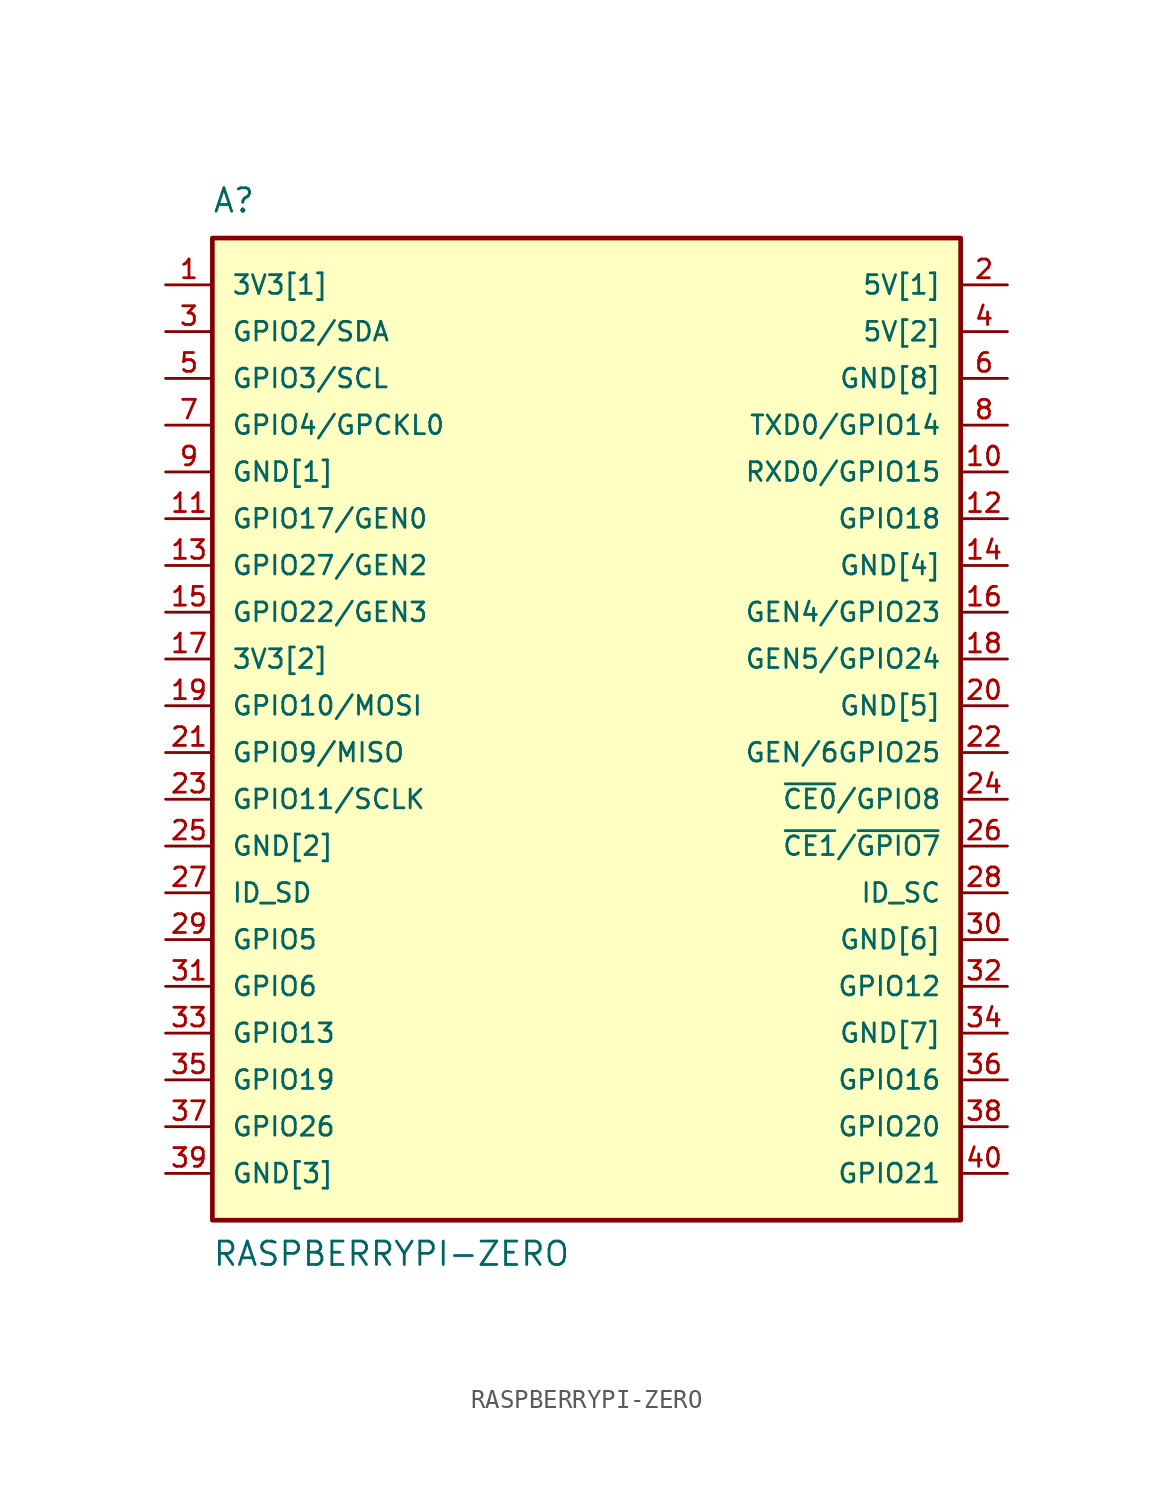
<source format=kicad_sym>
(kicad_symbol_lib
  (version 20211014)
  (generator kicad_symbol_editor)
  (symbol "RASPBERRYPI-ZERO"
    (pin_names
      (offset 1.016))
    (property "Reference" "A"
      (at -20.34 26.696 0)
      (effects (font (size 1.27 1.27)) (justify bottom left)))
    (property "Value" "RASPBERRYPI-ZERO"
      (at -20.339 -30.509 0)
      (effects (font (size 1.27 1.27)) (justify bottom left)))
    (symbol "RASPBERRYPI-ZERO_0_0"
      (rectangle (start -20.32 -27.94) (end 20.32 25.4) (stroke (width 0.254)) (fill (type background)))
      (pin power_in line (at 22.86 22.86 180.0) (length 2.54) (name "5V[1]" (effects (font (size 1.016 1.016)))) (number "2" (effects (font (size 1.016 1.016)))))
      (pin power_in line (at -22.86 22.86 0) (length 2.54) (name "3V3[1]" (effects (font (size 1.016 1.016)))) (number "1" (effects (font (size 1.016 1.016)))))
      (pin bidirectional line (at -22.86 20.32 0) (length 2.54) (name "GPIO2/SDA" (effects (font (size 1.016 1.016)))) (number "3" (effects (font (size 1.016 1.016)))))
      (pin power_in line (at 22.86 20.32 180.0) (length 2.54) (name "5V[2]" (effects (font (size 1.016 1.016)))) (number "4" (effects (font (size 1.016 1.016)))))
      (pin bidirectional line (at -22.86 17.78 0) (length 2.54) (name "GPIO3/SCL" (effects (font (size 1.016 1.016)))) (number "5" (effects (font (size 1.016 1.016)))))
      (pin power_in line (at 22.86 17.78 180.0) (length 2.54) (name "GND[8]" (effects (font (size 1.016 1.016)))) (number "6" (effects (font (size 1.016 1.016)))))
      (pin bidirectional line (at -22.86 15.24 0) (length 2.54) (name "GPIO4/GPCKL0" (effects (font (size 1.016 1.016)))) (number "7" (effects (font (size 1.016 1.016)))))
      (pin bidirectional line (at 22.86 15.24 180.0) (length 2.54) (name "TXD0/GPIO14" (effects (font (size 1.016 1.016)))) (number "8" (effects (font (size 1.016 1.016)))))
      (pin power_in line (at -22.86 12.7 0) (length 2.54) (name "GND[1]" (effects (font (size 1.016 1.016)))) (number "9" (effects (font (size 1.016 1.016)))))
      (pin bidirectional line (at 22.86 12.7 180.0) (length 2.54) (name "RXD0/GPIO15" (effects (font (size 1.016 1.016)))) (number "10" (effects (font (size 1.016 1.016)))))
      (pin bidirectional line (at -22.86 10.16 0) (length 2.54) (name "GPIO17/GEN0" (effects (font (size 1.016 1.016)))) (number "11" (effects (font (size 1.016 1.016)))))
      (pin bidirectional line (at 22.86 10.16 180.0) (length 2.54) (name "GPIO18" (effects (font (size 1.016 1.016)))) (number "12" (effects (font (size 1.016 1.016)))))
      (pin bidirectional line (at -22.86 7.62 0) (length 2.54) (name "GPIO27/GEN2" (effects (font (size 1.016 1.016)))) (number "13" (effects (font (size 1.016 1.016)))))
      (pin power_in line (at 22.86 7.62 180.0) (length 2.54) (name "GND[4]" (effects (font (size 1.016 1.016)))) (number "14" (effects (font (size 1.016 1.016)))))
      (pin bidirectional line (at -22.86 5.08 0) (length 2.54) (name "GPIO22/GEN3" (effects (font (size 1.016 1.016)))) (number "15" (effects (font (size 1.016 1.016)))))
      (pin bidirectional line (at 22.86 5.08 180.0) (length 2.54) (name "GEN4/GPIO23" (effects (font (size 1.016 1.016)))) (number "16" (effects (font (size 1.016 1.016)))))
      (pin power_in line (at -22.86 2.54 0) (length 2.54) (name "3V3[2]" (effects (font (size 1.016 1.016)))) (number "17" (effects (font (size 1.016 1.016)))))
      (pin bidirectional line (at 22.86 2.54 180.0) (length 2.54) (name "GEN5/GPIO24" (effects (font (size 1.016 1.016)))) (number "18" (effects (font (size 1.016 1.016)))))
      (pin bidirectional line (at -22.86 0.0 0) (length 2.54) (name "GPIO10/MOSI" (effects (font (size 1.016 1.016)))) (number "19" (effects (font (size 1.016 1.016)))))
      (pin power_in line (at 22.86 0.0 180.0) (length 2.54) (name "GND[5]" (effects (font (size 1.016 1.016)))) (number "20" (effects (font (size 1.016 1.016)))))
      (pin bidirectional line (at -22.86 -2.54 0) (length 2.54) (name "GPIO9/MISO" (effects (font (size 1.016 1.016)))) (number "21" (effects (font (size 1.016 1.016)))))
      (pin bidirectional line (at 22.86 -2.54 180.0) (length 2.54) (name "GEN/6GPIO25" (effects (font (size 1.016 1.016)))) (number "22" (effects (font (size 1.016 1.016)))))
      (pin bidirectional line (at -22.86 -5.08 0) (length 2.54) (name "GPIO11/SCLK" (effects (font (size 1.016 1.016)))) (number "23" (effects (font (size 1.016 1.016)))))
      (pin bidirectional line (at 22.86 -5.08 180.0) (length 2.54) (name "~{CE0}/GPIO8" (effects (font (size 1.016 1.016)))) (number "24" (effects (font (size 1.016 1.016)))))
      (pin power_in line (at -22.86 -7.62 0) (length 2.54) (name "GND[2]" (effects (font (size 1.016 1.016)))) (number "25" (effects (font (size 1.016 1.016)))))
      (pin bidirectional line (at 22.86 -7.62 180.0) (length 2.54) (name "~{CE1}/~{GPIO7}" (effects (font (size 1.016 1.016)))) (number "26" (effects (font (size 1.016 1.016)))))
      (pin bidirectional line (at -22.86 -10.16 0) (length 2.54) (name "ID_SD" (effects (font (size 1.016 1.016)))) (number "27" (effects (font (size 1.016 1.016)))))
      (pin bidirectional line (at 22.86 -10.16 180.0) (length 2.54) (name "ID_SC" (effects (font (size 1.016 1.016)))) (number "28" (effects (font (size 1.016 1.016)))))
      (pin bidirectional line (at -22.86 -12.7 0) (length 2.54) (name "GPIO5" (effects (font (size 1.016 1.016)))) (number "29" (effects (font (size 1.016 1.016)))))
      (pin power_in line (at 22.86 -12.7 180.0) (length 2.54) (name "GND[6]" (effects (font (size 1.016 1.016)))) (number "30" (effects (font (size 1.016 1.016)))))
      (pin bidirectional line (at -22.86 -15.24 0) (length 2.54) (name "GPIO6" (effects (font (size 1.016 1.016)))) (number "31" (effects (font (size 1.016 1.016)))))
      (pin bidirectional line (at 22.86 -15.24 180.0) (length 2.54) (name "GPIO12" (effects (font (size 1.016 1.016)))) (number "32" (effects (font (size 1.016 1.016)))))
      (pin bidirectional line (at -22.86 -17.78 0) (length 2.54) (name "GPIO13" (effects (font (size 1.016 1.016)))) (number "33" (effects (font (size 1.016 1.016)))))
      (pin power_in line (at 22.86 -17.78 180.0) (length 2.54) (name "GND[7]" (effects (font (size 1.016 1.016)))) (number "34" (effects (font (size 1.016 1.016)))))
      (pin bidirectional line (at -22.86 -20.32 0) (length 2.54) (name "GPIO19" (effects (font (size 1.016 1.016)))) (number "35" (effects (font (size 1.016 1.016)))))
      (pin bidirectional line (at 22.86 -20.32 180.0) (length 2.54) (name "GPIO16" (effects (font (size 1.016 1.016)))) (number "36" (effects (font (size 1.016 1.016)))))
      (pin bidirectional line (at -22.86 -22.86 0) (length 2.54) (name "GPIO26" (effects (font (size 1.016 1.016)))) (number "37" (effects (font (size 1.016 1.016)))))
      (pin bidirectional line (at 22.86 -22.86 180.0) (length 2.54) (name "GPIO20" (effects (font (size 1.016 1.016)))) (number "38" (effects (font (size 1.016 1.016)))))
      (pin power_in line (at -22.86 -25.4 0) (length 2.54) (name "GND[3]" (effects (font (size 1.016 1.016)))) (number "39" (effects (font (size 1.016 1.016)))))
      (pin bidirectional line (at 22.86 -25.4 180.0) (length 2.54) (name "GPIO21" (effects (font (size 1.016 1.016)))) (number "40" (effects (font (size 1.016 1.016))))))))
</source>
